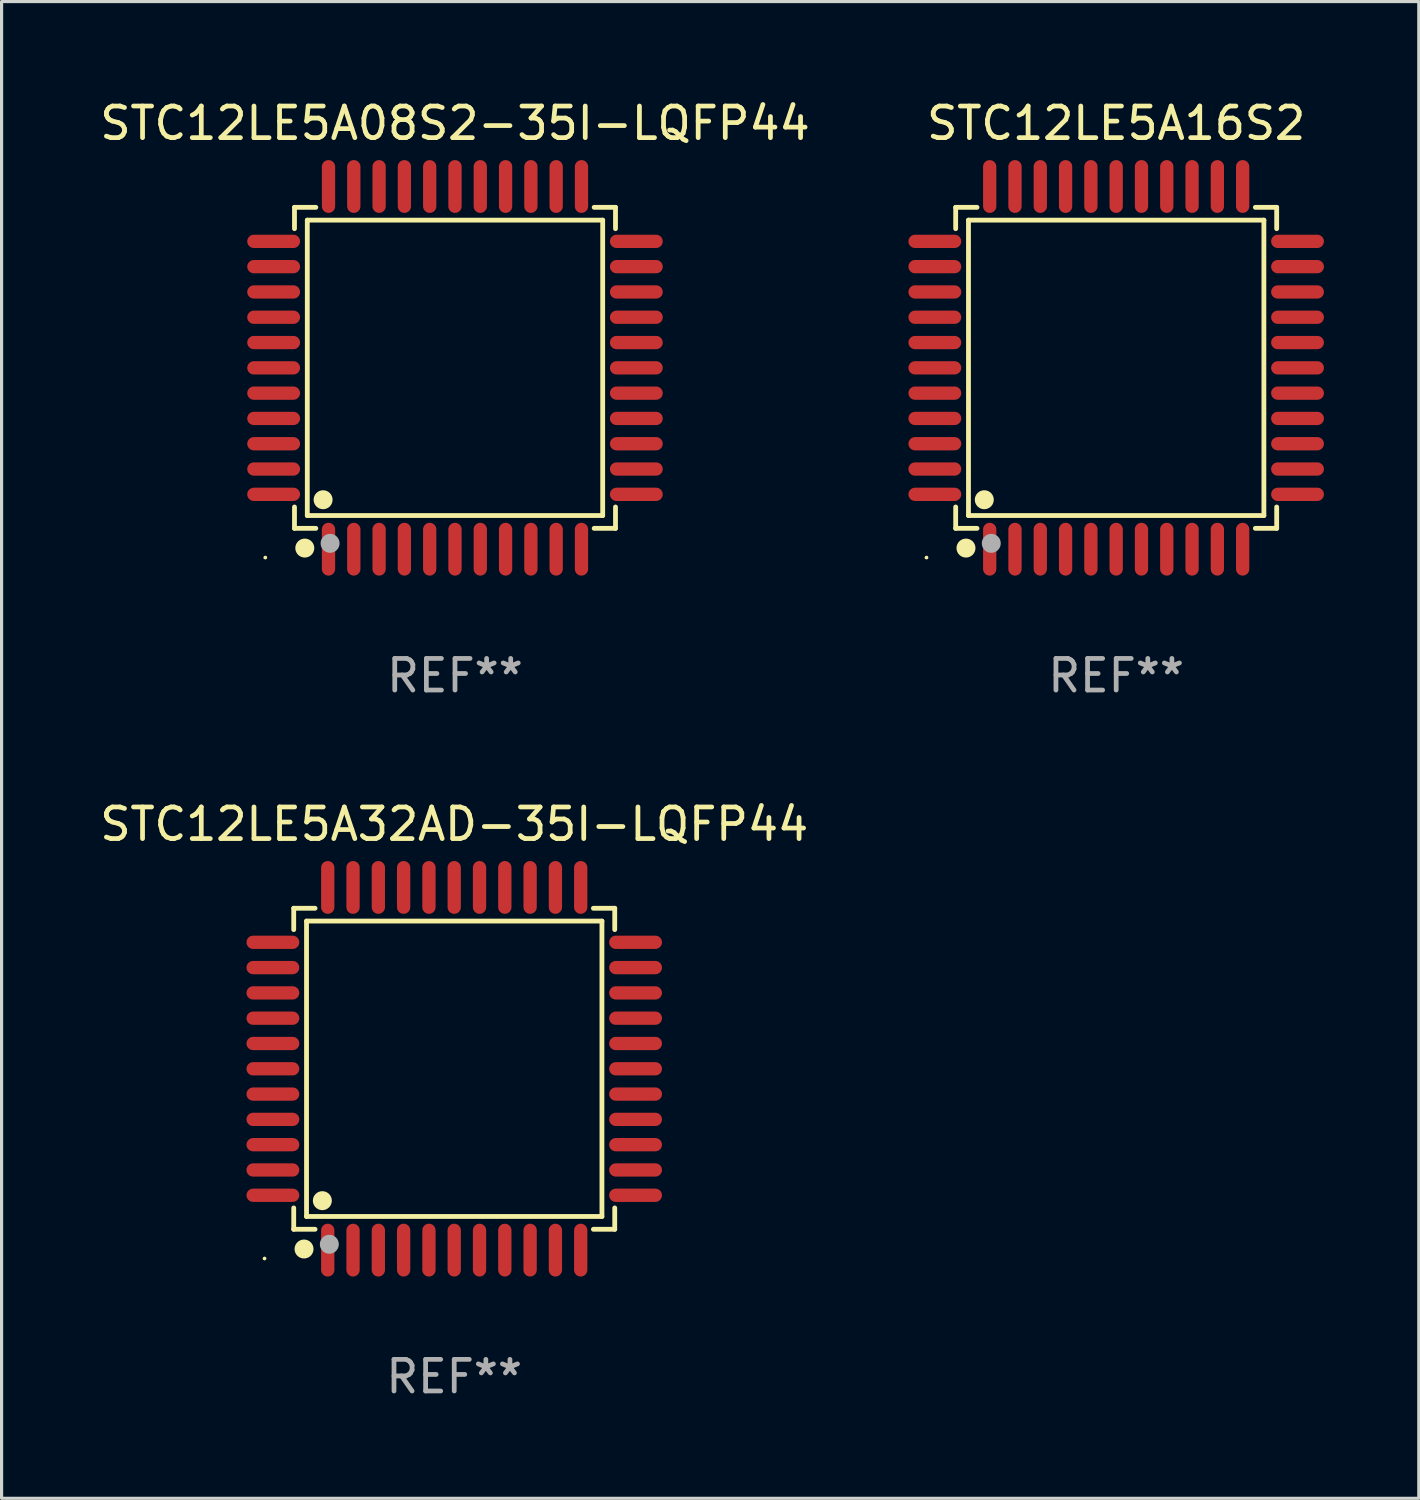
<source format=kicad_pcb>
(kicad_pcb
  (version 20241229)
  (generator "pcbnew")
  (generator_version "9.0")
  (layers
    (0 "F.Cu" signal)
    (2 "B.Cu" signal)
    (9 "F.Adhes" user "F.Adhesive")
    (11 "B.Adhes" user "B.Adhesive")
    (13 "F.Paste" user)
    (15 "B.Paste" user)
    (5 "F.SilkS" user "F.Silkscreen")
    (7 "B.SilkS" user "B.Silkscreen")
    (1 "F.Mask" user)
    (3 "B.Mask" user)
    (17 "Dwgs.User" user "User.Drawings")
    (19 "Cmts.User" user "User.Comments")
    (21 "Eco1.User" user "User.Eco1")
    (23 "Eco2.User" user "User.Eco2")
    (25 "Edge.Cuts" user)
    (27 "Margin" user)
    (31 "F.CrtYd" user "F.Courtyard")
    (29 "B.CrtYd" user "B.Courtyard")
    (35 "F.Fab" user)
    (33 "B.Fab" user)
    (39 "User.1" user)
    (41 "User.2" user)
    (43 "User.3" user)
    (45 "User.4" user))
  (footprint "STC12LE5A08S2-35I-LQFP44"
    (layer "F.Cu")
    (at 11.339 8.583)
    (property "Reference" "STC12LE5A08S2-35I-LQFP44" (at 0 -7.735 0) (layer "F.SilkS") (effects (font (size 1 1) (thickness 0.15))))
    (attr through_hole)
    (fp_line (start -5.076 -5.076) (end -4.401 -5.076) (stroke (width 0.152) (type solid)) (layer "F.SilkS"))
    (fp_line (start -5.076 -4.401) (end -5.076 -5.076) (stroke (width 0.152) (type solid)) (layer "F.SilkS"))
    (fp_line (start -5.076 4.401) (end -5.076 5.076) (stroke (width 0.152) (type solid)) (layer "F.SilkS"))
    (fp_line (start -5.076 5.076) (end -4.401 5.076) (stroke (width 0.152) (type solid)) (layer "F.SilkS"))
    (fp_line (start -4.671 -4.671) (end 4.671 -4.671) (stroke (width 0.152) (type solid)) (layer "F.SilkS"))
    (fp_line (start -4.671 4.671) (end -4.671 -4.671) (stroke (width 0.152) (type solid)) (layer "F.SilkS"))
    (fp_line (start 4.671 -4.671) (end 4.671 4.671) (stroke (width 0.152) (type solid)) (layer "F.SilkS"))
    (fp_line (start 4.671 4.671) (end -4.671 4.671) (stroke (width 0.152) (type solid)) (layer "F.SilkS"))
    (fp_line (start 5.076 -5.076) (end 4.401 -5.076) (stroke (width 0.152) (type solid)) (layer "F.SilkS"))
    (fp_line (start 5.076 -4.401) (end 5.076 -5.076) (stroke (width 0.152) (type solid)) (layer "F.SilkS"))
    (fp_line (start 5.076 4.401) (end 5.076 5.076) (stroke (width 0.152) (type solid)) (layer "F.SilkS"))
    (fp_line (start 5.076 5.076) (end 4.401 5.076) (stroke (width 0.152) (type solid)) (layer "F.SilkS"))
    (fp_circle (center -6 6) (end -5.97 6) (stroke (width 0.06) (type solid)) (fill no) (layer "F.SilkS"))
    (fp_circle (center -4.75 5.7) (end -4.6 5.7) (stroke (width 0.3) (type solid)) (fill no) (layer "F.SilkS"))
    (fp_circle (center -4.171 4.171) (end -4.021 4.171) (stroke (width 0.3) (type solid)) (fill no) (layer "F.SilkS"))
    (fp_circle (center -3.95 5.55) (end -3.8 5.55) (stroke (width 0.3) (type solid)) (fill no) (layer "F.Fab"))
    (fp_text user "REF**" (at 0 9.735 0) (layer "F.Fab") (effects (font (size 1 1) (thickness 0.15))))
    (pad "1" smd oval (at -4 5.735) (size 0.42 1.67) (layers "F.Cu" "F.Mask" "F.Paste"))
    (pad "2" smd oval (at -3.2 5.735) (size 0.42 1.67) (layers "F.Cu" "F.Mask" "F.Paste"))
    (pad "3" smd oval (at -2.4 5.735) (size 0.42 1.67) (layers "F.Cu" "F.Mask" "F.Paste"))
    (pad "4" smd oval (at -1.6 5.735) (size 0.42 1.67) (layers "F.Cu" "F.Mask" "F.Paste"))
    (pad "5" smd oval (at -0.8 5.735) (size 0.42 1.67) (layers "F.Cu" "F.Mask" "F.Paste"))
    (pad "6" smd oval (at 0 5.735) (size 0.42 1.67) (layers "F.Cu" "F.Mask" "F.Paste"))
    (pad "7" smd oval (at 0.8 5.735) (size 0.42 1.67) (layers "F.Cu" "F.Mask" "F.Paste"))
    (pad "8" smd oval (at 1.6 5.735) (size 0.42 1.67) (layers "F.Cu" "F.Mask" "F.Paste"))
    (pad "9" smd oval (at 2.4 5.735) (size 0.42 1.67) (layers "F.Cu" "F.Mask" "F.Paste"))
    (pad "10" smd oval (at 3.2 5.735) (size 0.42 1.67) (layers "F.Cu" "F.Mask" "F.Paste"))
    (pad "11" smd oval (at 4 5.735) (size 0.42 1.67) (layers "F.Cu" "F.Mask" "F.Paste"))
    (pad "12" smd oval (at 5.735 4) (size 1.67 0.42) (layers "F.Cu" "F.Mask" "F.Paste"))
    (pad "13" smd oval (at 5.735 3.2) (size 1.67 0.42) (layers "F.Cu" "F.Mask" "F.Paste"))
    (pad "14" smd oval (at 5.735 2.4) (size 1.67 0.42) (layers "F.Cu" "F.Mask" "F.Paste"))
    (pad "15" smd oval (at 5.735 1.6) (size 1.67 0.42) (layers "F.Cu" "F.Mask" "F.Paste"))
    (pad "16" smd oval (at 5.735 0.8) (size 1.67 0.42) (layers "F.Cu" "F.Mask" "F.Paste"))
    (pad "17" smd oval (at 5.735 0) (size 1.67 0.42) (layers "F.Cu" "F.Mask" "F.Paste"))
    (pad "18" smd oval (at 5.735 -0.8) (size 1.67 0.42) (layers "F.Cu" "F.Mask" "F.Paste"))
    (pad "19" smd oval (at 5.735 -1.6) (size 1.67 0.42) (layers "F.Cu" "F.Mask" "F.Paste"))
    (pad "20" smd oval (at 5.735 -2.4) (size 1.67 0.42) (layers "F.Cu" "F.Mask" "F.Paste"))
    (pad "21" smd oval (at 5.735 -3.2) (size 1.67 0.42) (layers "F.Cu" "F.Mask" "F.Paste"))
    (pad "22" smd oval (at 5.735 -4) (size 1.67 0.42) (layers "F.Cu" "F.Mask" "F.Paste"))
    (pad "23" smd oval (at 4 -5.735) (size 0.42 1.67) (layers "F.Cu" "F.Mask" "F.Paste"))
    (pad "24" smd oval (at 3.2 -5.735) (size 0.42 1.67) (layers "F.Cu" "F.Mask" "F.Paste"))
    (pad "25" smd oval (at 2.4 -5.735) (size 0.42 1.67) (layers "F.Cu" "F.Mask" "F.Paste"))
    (pad "26" smd oval (at 1.6 -5.735) (size 0.42 1.67) (layers "F.Cu" "F.Mask" "F.Paste"))
    (pad "27" smd oval (at 0.8 -5.735) (size 0.42 1.67) (layers "F.Cu" "F.Mask" "F.Paste"))
    (pad "28" smd oval (at 0 -5.735) (size 0.42 1.67) (layers "F.Cu" "F.Mask" "F.Paste"))
    (pad "29" smd oval (at -0.8 -5.735) (size 0.42 1.67) (layers "F.Cu" "F.Mask" "F.Paste"))
    (pad "30" smd oval (at -1.6 -5.735) (size 0.42 1.67) (layers "F.Cu" "F.Mask" "F.Paste"))
    (pad "31" smd oval (at -2.4 -5.735) (size 0.42 1.67) (layers "F.Cu" "F.Mask" "F.Paste"))
    (pad "32" smd oval (at -3.2 -5.735) (size 0.42 1.67) (layers "F.Cu" "F.Mask" "F.Paste"))
    (pad "33" smd oval (at -4 -5.735) (size 0.42 1.67) (layers "F.Cu" "F.Mask" "F.Paste"))
    (pad "34" smd oval (at -5.735 -4) (size 1.67 0.42) (layers "F.Cu" "F.Mask" "F.Paste"))
    (pad "35" smd oval (at -5.735 -3.2) (size 1.67 0.42) (layers "F.Cu" "F.Mask" "F.Paste"))
    (pad "36" smd oval (at -5.735 -2.4) (size 1.67 0.42) (layers "F.Cu" "F.Mask" "F.Paste"))
    (pad "37" smd oval (at -5.735 -1.6) (size 1.67 0.42) (layers "F.Cu" "F.Mask" "F.Paste"))
    (pad "38" smd oval (at -5.735 -0.8) (size 1.67 0.42) (layers "F.Cu" "F.Mask" "F.Paste"))
    (pad "39" smd oval (at -5.735 0) (size 1.67 0.42) (layers "F.Cu" "F.Mask" "F.Paste"))
    (pad "40" smd oval (at -5.735 0.8) (size 1.67 0.42) (layers "F.Cu" "F.Mask" "F.Paste"))
    (pad "41" smd oval (at -5.735 1.6) (size 1.67 0.42) (layers "F.Cu" "F.Mask" "F.Paste"))
    (pad "42" smd oval (at -5.735 2.4) (size 1.67 0.42) (layers "F.Cu" "F.Mask" "F.Paste"))
    (pad "43" smd oval (at -5.735 3.2) (size 1.67 0.42) (layers "F.Cu" "F.Mask" "F.Paste"))
    (pad "44" smd oval (at -5.735 4) (size 1.67 0.42) (layers "F.Cu" "F.Mask" "F.Paste")))
  (footprint "STC12LE5A32AD-35I-LQFP44"
    (layer "F.Cu")
    (at 11.315 30.75)
    (property "Reference" "STC12LE5A32AD-35I-LQFP44" (at 0 -7.735 0) (layer "F.SilkS") (effects (font (size 1 1) (thickness 0.15))))
    (attr through_hole)
    (fp_line (start -5.076 -5.076) (end -4.401 -5.076) (stroke (width 0.152) (type solid)) (layer "F.SilkS"))
    (fp_line (start -5.076 -4.401) (end -5.076 -5.076) (stroke (width 0.152) (type solid)) (layer "F.SilkS"))
    (fp_line (start -5.076 4.401) (end -5.076 5.076) (stroke (width 0.152) (type solid)) (layer "F.SilkS"))
    (fp_line (start -5.076 5.076) (end -4.401 5.076) (stroke (width 0.152) (type solid)) (layer "F.SilkS"))
    (fp_line (start -4.671 -4.671) (end 4.671 -4.671) (stroke (width 0.152) (type solid)) (layer "F.SilkS"))
    (fp_line (start -4.671 4.671) (end -4.671 -4.671) (stroke (width 0.152) (type solid)) (layer "F.SilkS"))
    (fp_line (start 4.671 -4.671) (end 4.671 4.671) (stroke (width 0.152) (type solid)) (layer "F.SilkS"))
    (fp_line (start 4.671 4.671) (end -4.671 4.671) (stroke (width 0.152) (type solid)) (layer "F.SilkS"))
    (fp_line (start 5.076 -5.076) (end 4.401 -5.076) (stroke (width 0.152) (type solid)) (layer "F.SilkS"))
    (fp_line (start 5.076 -4.401) (end 5.076 -5.076) (stroke (width 0.152) (type solid)) (layer "F.SilkS"))
    (fp_line (start 5.076 4.401) (end 5.076 5.076) (stroke (width 0.152) (type solid)) (layer "F.SilkS"))
    (fp_line (start 5.076 5.076) (end 4.401 5.076) (stroke (width 0.152) (type solid)) (layer "F.SilkS"))
    (fp_circle (center -6 6) (end -5.97 6) (stroke (width 0.06) (type solid)) (fill no) (layer "F.SilkS"))
    (fp_circle (center -4.75 5.7) (end -4.6 5.7) (stroke (width 0.3) (type solid)) (fill no) (layer "F.SilkS"))
    (fp_circle (center -4.171 4.171) (end -4.021 4.171) (stroke (width 0.3) (type solid)) (fill no) (layer "F.SilkS"))
    (fp_circle (center -3.95 5.55) (end -3.8 5.55) (stroke (width 0.3) (type solid)) (fill no) (layer "F.Fab"))
    (fp_text user "REF**" (at 0 9.735 0) (layer "F.Fab") (effects (font (size 1 1) (thickness 0.15))))
    (pad "1" smd oval (at -4 5.735) (size 0.42 1.67) (layers "F.Cu" "F.Mask" "F.Paste"))
    (pad "2" smd oval (at -3.2 5.735) (size 0.42 1.67) (layers "F.Cu" "F.Mask" "F.Paste"))
    (pad "3" smd oval (at -2.4 5.735) (size 0.42 1.67) (layers "F.Cu" "F.Mask" "F.Paste"))
    (pad "4" smd oval (at -1.6 5.735) (size 0.42 1.67) (layers "F.Cu" "F.Mask" "F.Paste"))
    (pad "5" smd oval (at -0.8 5.735) (size 0.42 1.67) (layers "F.Cu" "F.Mask" "F.Paste"))
    (pad "6" smd oval (at 0 5.735) (size 0.42 1.67) (layers "F.Cu" "F.Mask" "F.Paste"))
    (pad "7" smd oval (at 0.8 5.735) (size 0.42 1.67) (layers "F.Cu" "F.Mask" "F.Paste"))
    (pad "8" smd oval (at 1.6 5.735) (size 0.42 1.67) (layers "F.Cu" "F.Mask" "F.Paste"))
    (pad "9" smd oval (at 2.4 5.735) (size 0.42 1.67) (layers "F.Cu" "F.Mask" "F.Paste"))
    (pad "10" smd oval (at 3.2 5.735) (size 0.42 1.67) (layers "F.Cu" "F.Mask" "F.Paste"))
    (pad "11" smd oval (at 4 5.735) (size 0.42 1.67) (layers "F.Cu" "F.Mask" "F.Paste"))
    (pad "12" smd oval (at 5.735 4) (size 1.67 0.42) (layers "F.Cu" "F.Mask" "F.Paste"))
    (pad "13" smd oval (at 5.735 3.2) (size 1.67 0.42) (layers "F.Cu" "F.Mask" "F.Paste"))
    (pad "14" smd oval (at 5.735 2.4) (size 1.67 0.42) (layers "F.Cu" "F.Mask" "F.Paste"))
    (pad "15" smd oval (at 5.735 1.6) (size 1.67 0.42) (layers "F.Cu" "F.Mask" "F.Paste"))
    (pad "16" smd oval (at 5.735 0.8) (size 1.67 0.42) (layers "F.Cu" "F.Mask" "F.Paste"))
    (pad "17" smd oval (at 5.735 0) (size 1.67 0.42) (layers "F.Cu" "F.Mask" "F.Paste"))
    (pad "18" smd oval (at 5.735 -0.8) (size 1.67 0.42) (layers "F.Cu" "F.Mask" "F.Paste"))
    (pad "19" smd oval (at 5.735 -1.6) (size 1.67 0.42) (layers "F.Cu" "F.Mask" "F.Paste"))
    (pad "20" smd oval (at 5.735 -2.4) (size 1.67 0.42) (layers "F.Cu" "F.Mask" "F.Paste"))
    (pad "21" smd oval (at 5.735 -3.2) (size 1.67 0.42) (layers "F.Cu" "F.Mask" "F.Paste"))
    (pad "22" smd oval (at 5.735 -4) (size 1.67 0.42) (layers "F.Cu" "F.Mask" "F.Paste"))
    (pad "23" smd oval (at 4 -5.735) (size 0.42 1.67) (layers "F.Cu" "F.Mask" "F.Paste"))
    (pad "24" smd oval (at 3.2 -5.735) (size 0.42 1.67) (layers "F.Cu" "F.Mask" "F.Paste"))
    (pad "25" smd oval (at 2.4 -5.735) (size 0.42 1.67) (layers "F.Cu" "F.Mask" "F.Paste"))
    (pad "26" smd oval (at 1.6 -5.735) (size 0.42 1.67) (layers "F.Cu" "F.Mask" "F.Paste"))
    (pad "27" smd oval (at 0.8 -5.735) (size 0.42 1.67) (layers "F.Cu" "F.Mask" "F.Paste"))
    (pad "28" smd oval (at 0 -5.735) (size 0.42 1.67) (layers "F.Cu" "F.Mask" "F.Paste"))
    (pad "29" smd oval (at -0.8 -5.735) (size 0.42 1.67) (layers "F.Cu" "F.Mask" "F.Paste"))
    (pad "30" smd oval (at -1.6 -5.735) (size 0.42 1.67) (layers "F.Cu" "F.Mask" "F.Paste"))
    (pad "31" smd oval (at -2.4 -5.735) (size 0.42 1.67) (layers "F.Cu" "F.Mask" "F.Paste"))
    (pad "32" smd oval (at -3.2 -5.735) (size 0.42 1.67) (layers "F.Cu" "F.Mask" "F.Paste"))
    (pad "33" smd oval (at -4 -5.735) (size 0.42 1.67) (layers "F.Cu" "F.Mask" "F.Paste"))
    (pad "34" smd oval (at -5.735 -4) (size 1.67 0.42) (layers "F.Cu" "F.Mask" "F.Paste"))
    (pad "35" smd oval (at -5.735 -3.2) (size 1.67 0.42) (layers "F.Cu" "F.Mask" "F.Paste"))
    (pad "36" smd oval (at -5.735 -2.4) (size 1.67 0.42) (layers "F.Cu" "F.Mask" "F.Paste"))
    (pad "37" smd oval (at -5.735 -1.6) (size 1.67 0.42) (layers "F.Cu" "F.Mask" "F.Paste"))
    (pad "38" smd oval (at -5.735 -0.8) (size 1.67 0.42) (layers "F.Cu" "F.Mask" "F.Paste"))
    (pad "39" smd oval (at -5.735 0) (size 1.67 0.42) (layers "F.Cu" "F.Mask" "F.Paste"))
    (pad "40" smd oval (at -5.735 0.8) (size 1.67 0.42) (layers "F.Cu" "F.Mask" "F.Paste"))
    (pad "41" smd oval (at -5.735 1.6) (size 1.67 0.42) (layers "F.Cu" "F.Mask" "F.Paste"))
    (pad "42" smd oval (at -5.735 2.4) (size 1.67 0.42) (layers "F.Cu" "F.Mask" "F.Paste"))
    (pad "43" smd oval (at -5.735 3.2) (size 1.67 0.42) (layers "F.Cu" "F.Mask" "F.Paste"))
    (pad "44" smd oval (at -5.735 4) (size 1.67 0.42) (layers "F.Cu" "F.Mask" "F.Paste")))
  (footprint "STC12LE5A16S2"
    (layer "F.Cu")
    (at 32.249 8.583)
    (property "Reference" "STC12LE5A16S2" (at 0 -7.735 0) (layer "F.SilkS") (effects (font (size 1 1) (thickness 0.15))))
    (attr through_hole)
    (fp_line (start -5.076 -5.076) (end -4.401 -5.076) (stroke (width 0.152) (type solid)) (layer "F.SilkS"))
    (fp_line (start -5.076 -4.401) (end -5.076 -5.076) (stroke (width 0.152) (type solid)) (layer "F.SilkS"))
    (fp_line (start -5.076 4.401) (end -5.076 5.076) (stroke (width 0.152) (type solid)) (layer "F.SilkS"))
    (fp_line (start -5.076 5.076) (end -4.401 5.076) (stroke (width 0.152) (type solid)) (layer "F.SilkS"))
    (fp_line (start -4.671 -4.671) (end 4.671 -4.671) (stroke (width 0.152) (type solid)) (layer "F.SilkS"))
    (fp_line (start -4.671 4.671) (end -4.671 -4.671) (stroke (width 0.152) (type solid)) (layer "F.SilkS"))
    (fp_line (start 4.671 -4.671) (end 4.671 4.671) (stroke (width 0.152) (type solid)) (layer "F.SilkS"))
    (fp_line (start 4.671 4.671) (end -4.671 4.671) (stroke (width 0.152) (type solid)) (layer "F.SilkS"))
    (fp_line (start 5.076 -5.076) (end 4.401 -5.076) (stroke (width 0.152) (type solid)) (layer "F.SilkS"))
    (fp_line (start 5.076 -4.401) (end 5.076 -5.076) (stroke (width 0.152) (type solid)) (layer "F.SilkS"))
    (fp_line (start 5.076 4.401) (end 5.076 5.076) (stroke (width 0.152) (type solid)) (layer "F.SilkS"))
    (fp_line (start 5.076 5.076) (end 4.401 5.076) (stroke (width 0.152) (type solid)) (layer "F.SilkS"))
    (fp_circle (center -6 6) (end -5.97 6) (stroke (width 0.06) (type solid)) (fill no) (layer "F.SilkS"))
    (fp_circle (center -4.75 5.7) (end -4.6 5.7) (stroke (width 0.3) (type solid)) (fill no) (layer "F.SilkS"))
    (fp_circle (center -4.171 4.171) (end -4.021 4.171) (stroke (width 0.3) (type solid)) (fill no) (layer "F.SilkS"))
    (fp_circle (center -3.95 5.55) (end -3.8 5.55) (stroke (width 0.3) (type solid)) (fill no) (layer "F.Fab"))
    (fp_text user "REF**" (at 0 9.735 0) (layer "F.Fab") (effects (font (size 1 1) (thickness 0.15))))
    (pad "1" smd oval (at -4 5.735) (size 0.42 1.67) (layers "F.Cu" "F.Mask" "F.Paste"))
    (pad "2" smd oval (at -3.2 5.735) (size 0.42 1.67) (layers "F.Cu" "F.Mask" "F.Paste"))
    (pad "3" smd oval (at -2.4 5.735) (size 0.42 1.67) (layers "F.Cu" "F.Mask" "F.Paste"))
    (pad "4" smd oval (at -1.6 5.735) (size 0.42 1.67) (layers "F.Cu" "F.Mask" "F.Paste"))
    (pad "5" smd oval (at -0.8 5.735) (size 0.42 1.67) (layers "F.Cu" "F.Mask" "F.Paste"))
    (pad "6" smd oval (at 0 5.735) (size 0.42 1.67) (layers "F.Cu" "F.Mask" "F.Paste"))
    (pad "7" smd oval (at 0.8 5.735) (size 0.42 1.67) (layers "F.Cu" "F.Mask" "F.Paste"))
    (pad "8" smd oval (at 1.6 5.735) (size 0.42 1.67) (layers "F.Cu" "F.Mask" "F.Paste"))
    (pad "9" smd oval (at 2.4 5.735) (size 0.42 1.67) (layers "F.Cu" "F.Mask" "F.Paste"))
    (pad "10" smd oval (at 3.2 5.735) (size 0.42 1.67) (layers "F.Cu" "F.Mask" "F.Paste"))
    (pad "11" smd oval (at 4 5.735) (size 0.42 1.67) (layers "F.Cu" "F.Mask" "F.Paste"))
    (pad "12" smd oval (at 5.735 4) (size 1.67 0.42) (layers "F.Cu" "F.Mask" "F.Paste"))
    (pad "13" smd oval (at 5.735 3.2) (size 1.67 0.42) (layers "F.Cu" "F.Mask" "F.Paste"))
    (pad "14" smd oval (at 5.735 2.4) (size 1.67 0.42) (layers "F.Cu" "F.Mask" "F.Paste"))
    (pad "15" smd oval (at 5.735 1.6) (size 1.67 0.42) (layers "F.Cu" "F.Mask" "F.Paste"))
    (pad "16" smd oval (at 5.735 0.8) (size 1.67 0.42) (layers "F.Cu" "F.Mask" "F.Paste"))
    (pad "17" smd oval (at 5.735 0) (size 1.67 0.42) (layers "F.Cu" "F.Mask" "F.Paste"))
    (pad "18" smd oval (at 5.735 -0.8) (size 1.67 0.42) (layers "F.Cu" "F.Mask" "F.Paste"))
    (pad "19" smd oval (at 5.735 -1.6) (size 1.67 0.42) (layers "F.Cu" "F.Mask" "F.Paste"))
    (pad "20" smd oval (at 5.735 -2.4) (size 1.67 0.42) (layers "F.Cu" "F.Mask" "F.Paste"))
    (pad "21" smd oval (at 5.735 -3.2) (size 1.67 0.42) (layers "F.Cu" "F.Mask" "F.Paste"))
    (pad "22" smd oval (at 5.735 -4) (size 1.67 0.42) (layers "F.Cu" "F.Mask" "F.Paste"))
    (pad "23" smd oval (at 4 -5.735) (size 0.42 1.67) (layers "F.Cu" "F.Mask" "F.Paste"))
    (pad "24" smd oval (at 3.2 -5.735) (size 0.42 1.67) (layers "F.Cu" "F.Mask" "F.Paste"))
    (pad "25" smd oval (at 2.4 -5.735) (size 0.42 1.67) (layers "F.Cu" "F.Mask" "F.Paste"))
    (pad "26" smd oval (at 1.6 -5.735) (size 0.42 1.67) (layers "F.Cu" "F.Mask" "F.Paste"))
    (pad "27" smd oval (at 0.8 -5.735) (size 0.42 1.67) (layers "F.Cu" "F.Mask" "F.Paste"))
    (pad "28" smd oval (at 0 -5.735) (size 0.42 1.67) (layers "F.Cu" "F.Mask" "F.Paste"))
    (pad "29" smd oval (at -0.8 -5.735) (size 0.42 1.67) (layers "F.Cu" "F.Mask" "F.Paste"))
    (pad "30" smd oval (at -1.6 -5.735) (size 0.42 1.67) (layers "F.Cu" "F.Mask" "F.Paste"))
    (pad "31" smd oval (at -2.4 -5.735) (size 0.42 1.67) (layers "F.Cu" "F.Mask" "F.Paste"))
    (pad "32" smd oval (at -3.2 -5.735) (size 0.42 1.67) (layers "F.Cu" "F.Mask" "F.Paste"))
    (pad "33" smd oval (at -4 -5.735) (size 0.42 1.67) (layers "F.Cu" "F.Mask" "F.Paste"))
    (pad "34" smd oval (at -5.735 -4) (size 1.67 0.42) (layers "F.Cu" "F.Mask" "F.Paste"))
    (pad "35" smd oval (at -5.735 -3.2) (size 1.67 0.42) (layers "F.Cu" "F.Mask" "F.Paste"))
    (pad "36" smd oval (at -5.735 -2.4) (size 1.67 0.42) (layers "F.Cu" "F.Mask" "F.Paste"))
    (pad "37" smd oval (at -5.735 -1.6) (size 1.67 0.42) (layers "F.Cu" "F.Mask" "F.Paste"))
    (pad "38" smd oval (at -5.735 -0.8) (size 1.67 0.42) (layers "F.Cu" "F.Mask" "F.Paste"))
    (pad "39" smd oval (at -5.735 0) (size 1.67 0.42) (layers "F.Cu" "F.Mask" "F.Paste"))
    (pad "40" smd oval (at -5.735 0.8) (size 1.67 0.42) (layers "F.Cu" "F.Mask" "F.Paste"))
    (pad "41" smd oval (at -5.735 1.6) (size 1.67 0.42) (layers "F.Cu" "F.Mask" "F.Paste"))
    (pad "42" smd oval (at -5.735 2.4) (size 1.67 0.42) (layers "F.Cu" "F.Mask" "F.Paste"))
    (pad "43" smd oval (at -5.735 3.2) (size 1.67 0.42) (layers "F.Cu" "F.Mask" "F.Paste"))
    (pad "44" smd oval (at -5.735 4) (size 1.67 0.42) (layers "F.Cu" "F.Mask" "F.Paste")))
  (gr_rect
    (start -3 -3)
    (end 41.819 44.333)
    (stroke (width 0.1) (type default))
    (fill no)
    (layer "Edge.Cuts")))
</source>
